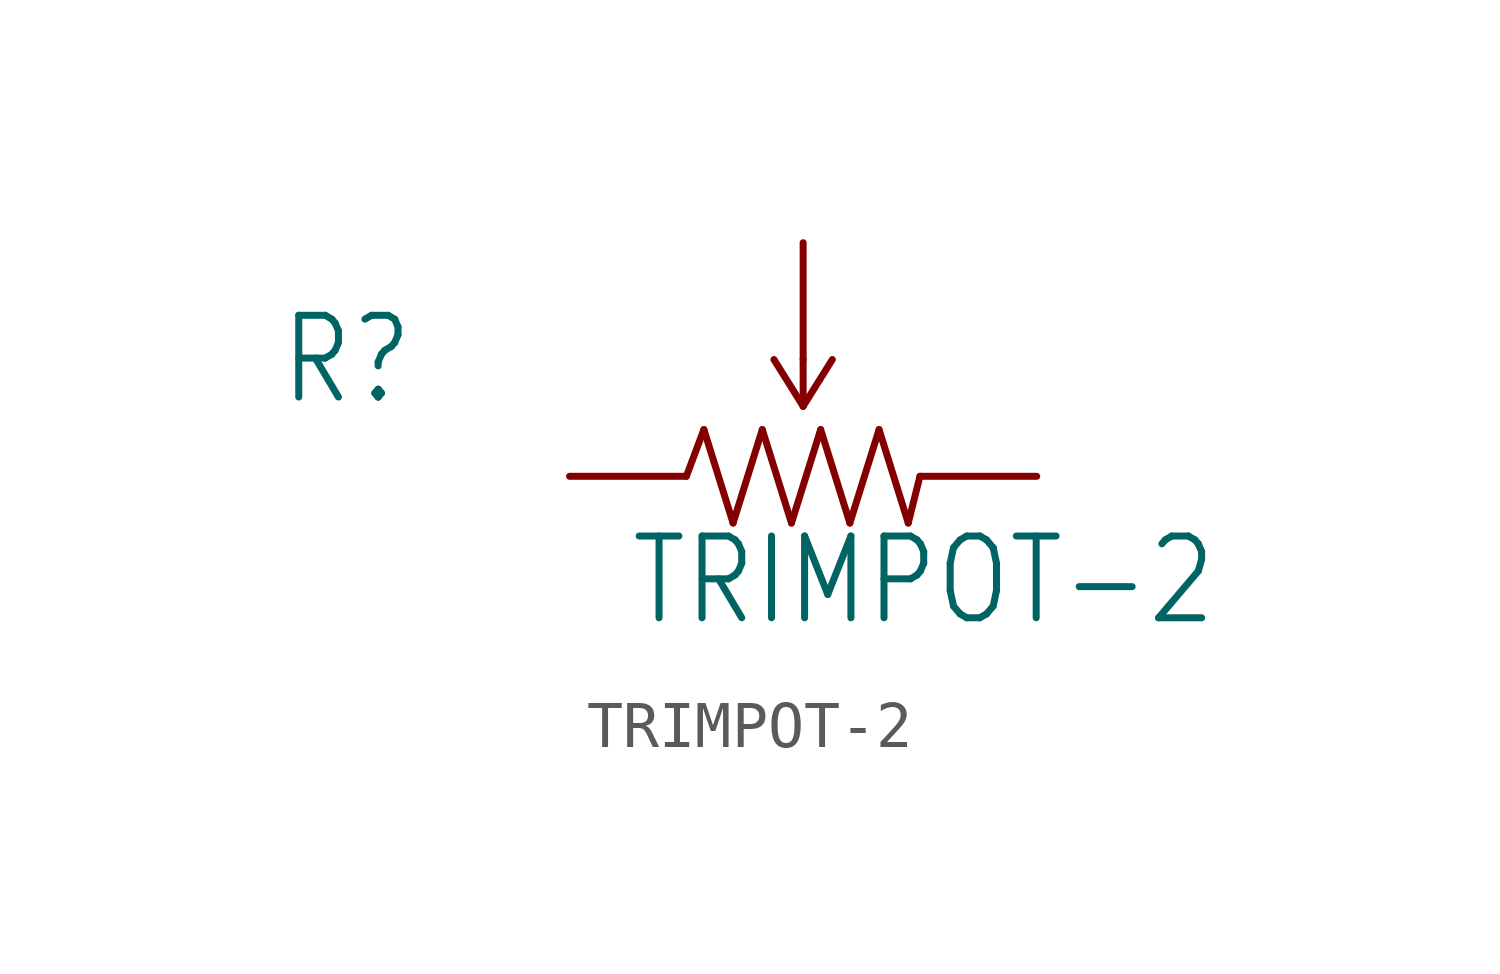
<source format=kicad_sym>
(kicad_symbol_lib
  (version 20211014)
  (generator kicad_symbol_editor)
  (symbol "TRIMPOT-2"
    (property "Reference" "R"
      (at -11.43 1.499 0)
      (effects (font (size 1.778 1.511)) (justify left bottom)))
    (property "Value" "TRIMPOT-2"
      (at -3.81 -3.302 0)
      (effects (font (size 1.778 1.511)) (justify left bottom)))
    (property "ki_locked" ""
      (at 0 0 0)
      (effects (font (size 1.27 1.27))))
    (symbol "TRIMPOT-2_1_0"
      (polyline (pts (xy -2.54 0) (xy -2.159 1.016)) (stroke (width 0.152) (type default) (color 0 0 0 0)) (fill (type none)))
      (polyline (pts (xy -2.159 1.016) (xy -1.524 -1.016)) (stroke (width 0.152) (type default) (color 0 0 0 0)) (fill (type none)))
      (polyline (pts (xy -1.524 -1.016) (xy -0.889 1.016)) (stroke (width 0.152) (type default) (color 0 0 0 0)) (fill (type none)))
      (polyline (pts (xy -0.889 1.016) (xy -0.254 -1.016)) (stroke (width 0.152) (type default) (color 0 0 0 0)) (fill (type none)))
      (polyline (pts (xy -0.635 2.54) (xy 0 1.524)) (stroke (width 0.152) (type default) (color 0 0 0 0)) (fill (type none)))
      (polyline (pts (xy -0.254 -1.016) (xy 0.381 1.016)) (stroke (width 0.152) (type default) (color 0 0 0 0)) (fill (type none)))
      (polyline (pts (xy 0 1.524) (xy 0.635 2.54)) (stroke (width 0.152) (type default) (color 0 0 0 0)) (fill (type none)))
      (polyline (pts (xy 0 2.54) (xy 0 1.524)) (stroke (width 0.152) (type default) (color 0 0 0 0)) (fill (type none)))
      (polyline (pts (xy 0.381 1.016) (xy 1.016 -1.016)) (stroke (width 0.152) (type default) (color 0 0 0 0)) (fill (type none)))
      (polyline (pts (xy 1.016 -1.016) (xy 1.651 1.016)) (stroke (width 0.152) (type default) (color 0 0 0 0)) (fill (type none)))
      (polyline (pts (xy 1.651 1.016) (xy 2.286 -1.016)) (stroke (width 0.152) (type default) (color 0 0 0 0)) (fill (type none)))
      (polyline (pts (xy 2.286 -1.016) (xy 2.54 0)) (stroke (width 0.152) (type default) (color 0 0 0 0)) (fill (type none)))
      (pin passive line (at -5.08 0 0) (length 2.54) (name "CCW" (effects (font (size 0 0)))) (number "1" (effects (font (size 0 0)))))
      (pin passive line (at 0 5.08 270) (length 2.54) (name "WIPER" (effects (font (size 0 0)))) (number "2" (effects (font (size 0 0)))))
      (pin passive line (at 5.08 0 180) (length 2.54) (name "CW" (effects (font (size 0 0)))) (number "3" (effects (font (size 0 0))))))))
</source>
